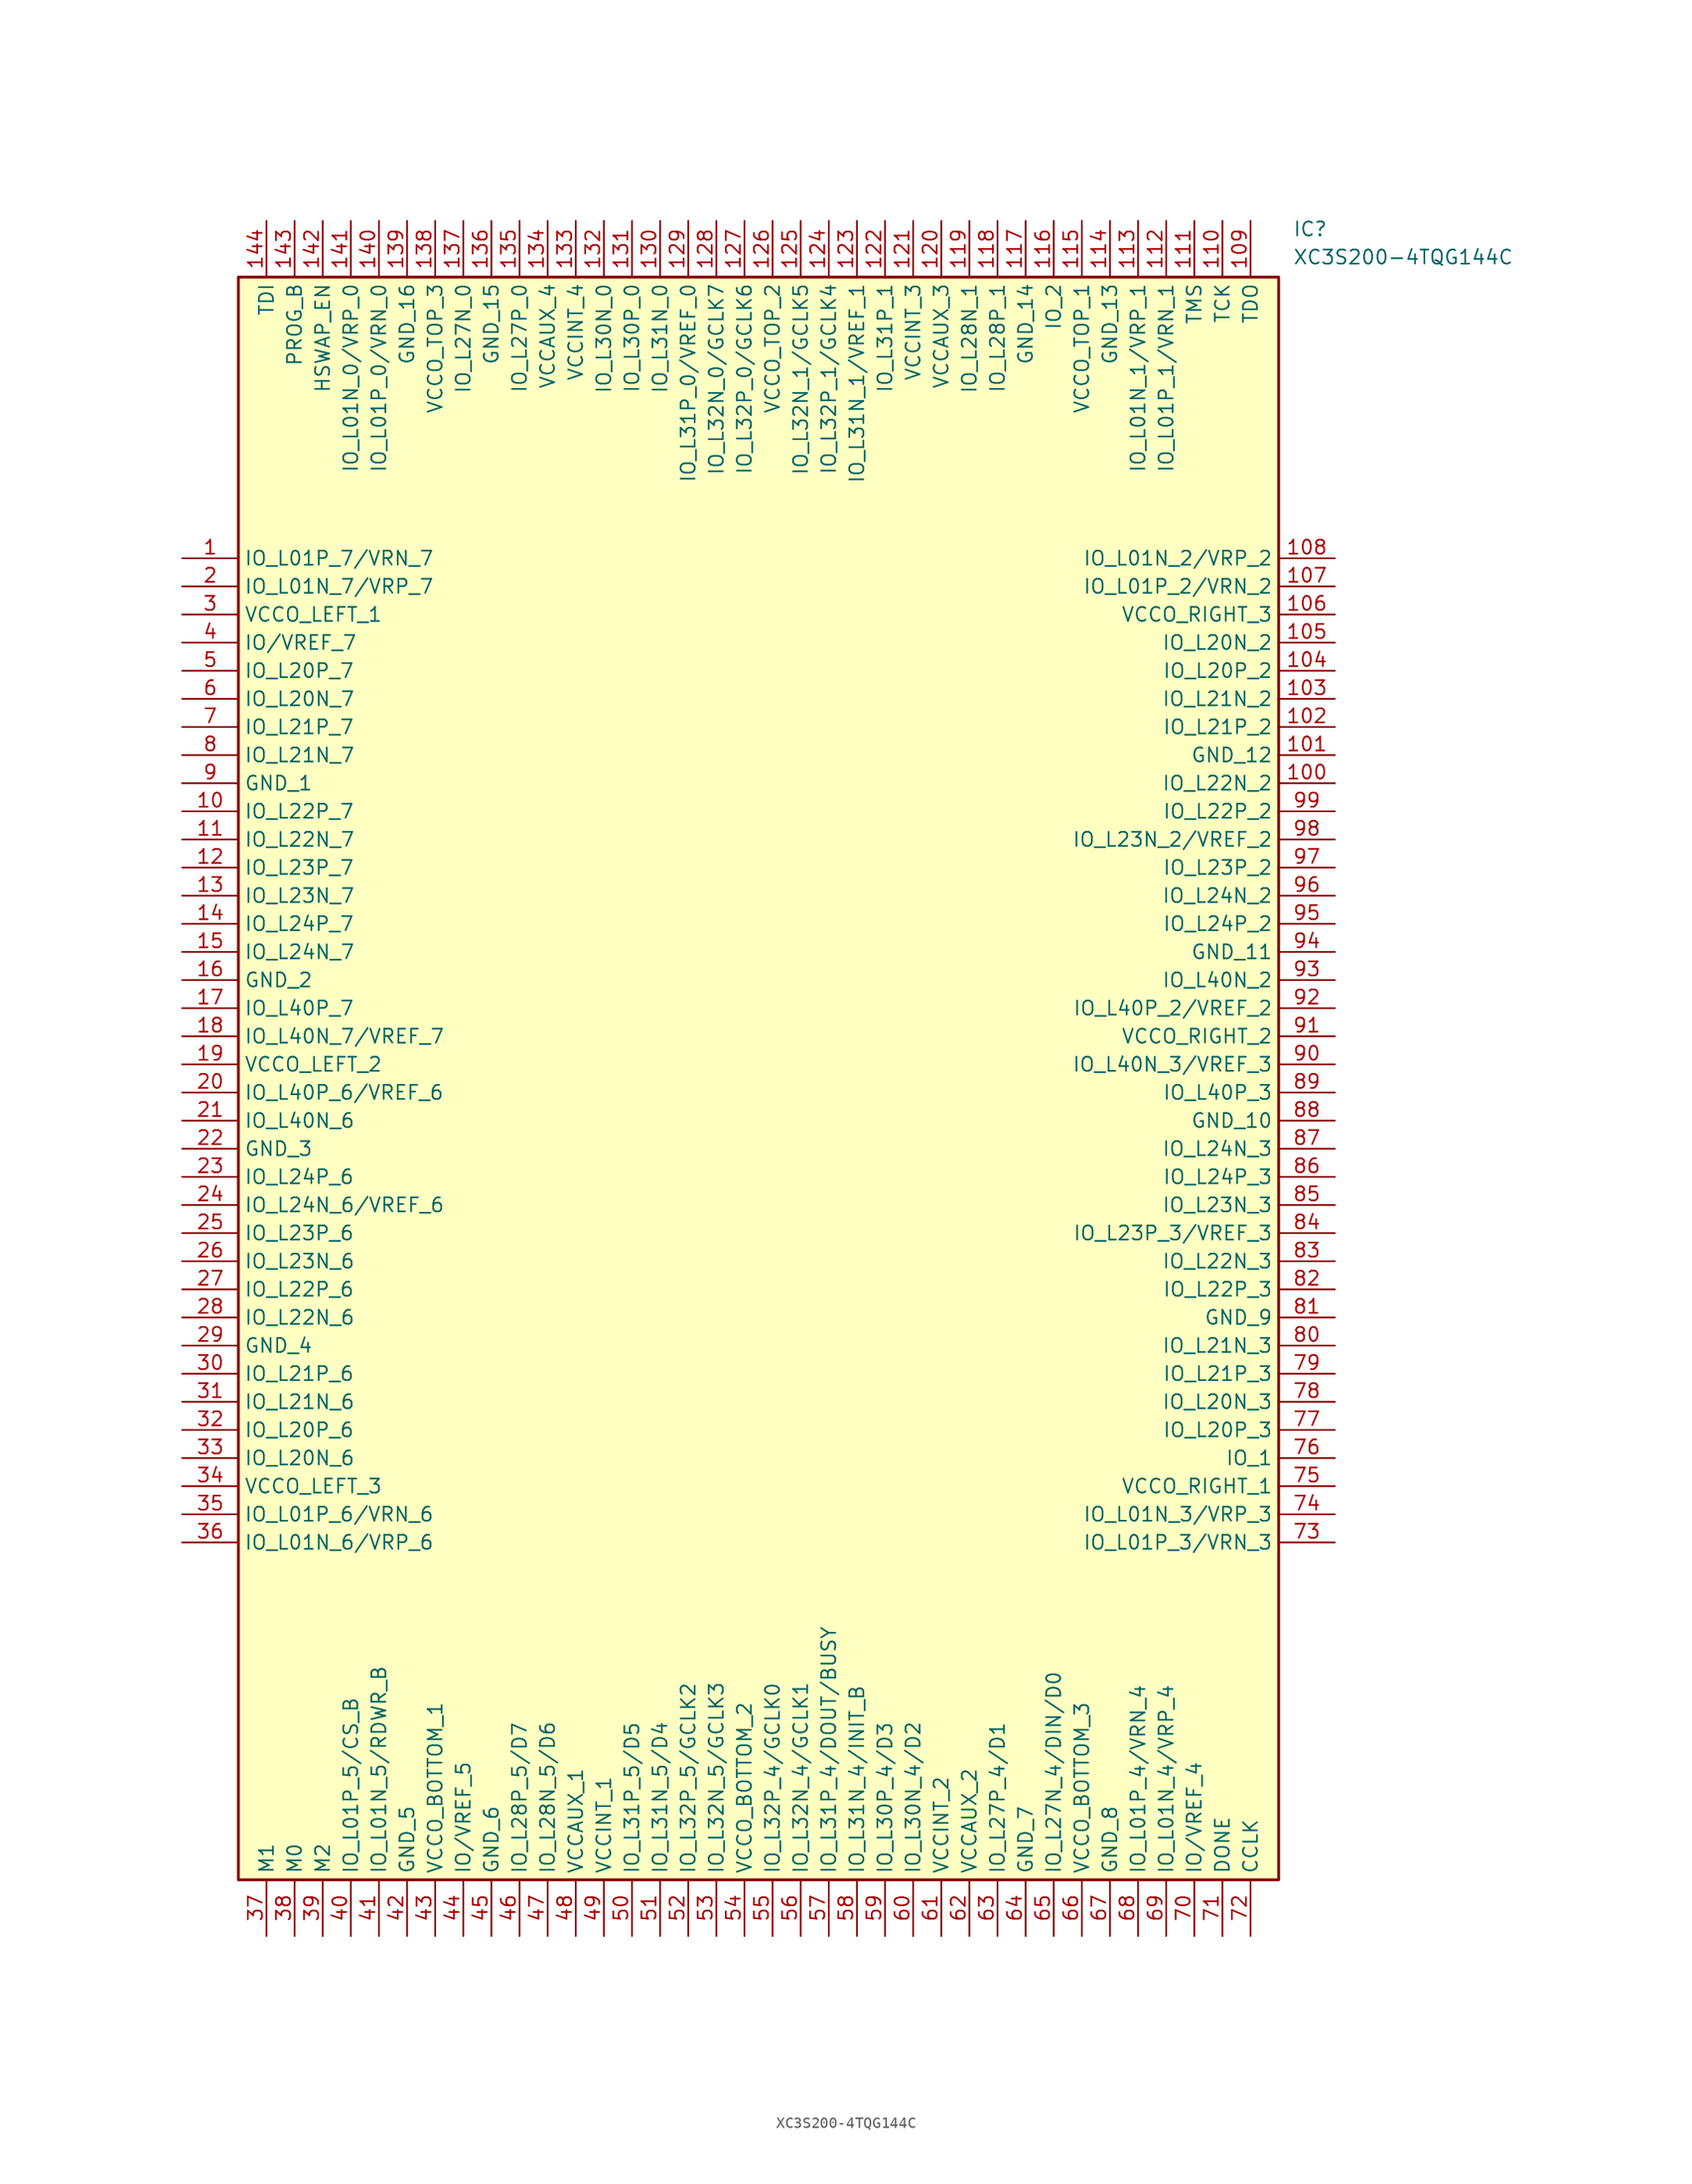
<source format=kicad_sym>
(kicad_symbol_lib
  (version 20220914)
  (generator kicad_symbol_editor)
  (symbol "XC3S200-4TQG144C"
    (property "Reference" "IC"
      (at 100.33 30.48 0)
      (effects (font (size 1.27 1.27)) (justify left top)))
    (property "Value" "XC3S200-4TQG144C"
      (at 100.33 27.94 0)
      (effects (font (size 1.27 1.27)) (justify left top)))
    (symbol "XC3S200-4TQG144C_1_1"
      (rectangle (start 5.08 25.4) (end 99.06 -119.38) (stroke (width 0.254) (type default)) (fill (type background)))
      (pin passive line (at 0 0 0) (length 5.08) (name "IO_L01P_7/VRN_7" (effects (font (size 1.27 1.27)))) (number "1" (effects (font (size 1.27 1.27)))))
      (pin passive line (at 0 -22.86 0) (length 5.08) (name "IO_L22P_7" (effects (font (size 1.27 1.27)))) (number "10" (effects (font (size 1.27 1.27)))))
      (pin passive line (at 104.14 -20.32 180) (length 5.08) (name "IO_L22N_2" (effects (font (size 1.27 1.27)))) (number "100" (effects (font (size 1.27 1.27)))))
      (pin passive line (at 104.14 -17.78 180) (length 5.08) (name "GND_12" (effects (font (size 1.27 1.27)))) (number "101" (effects (font (size 1.27 1.27)))))
      (pin passive line (at 104.14 -15.24 180) (length 5.08) (name "IO_L21P_2" (effects (font (size 1.27 1.27)))) (number "102" (effects (font (size 1.27 1.27)))))
      (pin passive line (at 104.14 -12.7 180) (length 5.08) (name "IO_L21N_2" (effects (font (size 1.27 1.27)))) (number "103" (effects (font (size 1.27 1.27)))))
      (pin passive line (at 104.14 -10.16 180) (length 5.08) (name "IO_L20P_2" (effects (font (size 1.27 1.27)))) (number "104" (effects (font (size 1.27 1.27)))))
      (pin passive line (at 104.14 -7.62 180) (length 5.08) (name "IO_L20N_2" (effects (font (size 1.27 1.27)))) (number "105" (effects (font (size 1.27 1.27)))))
      (pin passive line (at 104.14 -5.08 180) (length 5.08) (name "VCCO_RIGHT_3" (effects (font (size 1.27 1.27)))) (number "106" (effects (font (size 1.27 1.27)))))
      (pin passive line (at 104.14 -2.54 180) (length 5.08) (name "IO_L01P_2/VRN_2" (effects (font (size 1.27 1.27)))) (number "107" (effects (font (size 1.27 1.27)))))
      (pin passive line (at 104.14 0 180) (length 5.08) (name "IO_L01N_2/VRP_2" (effects (font (size 1.27 1.27)))) (number "108" (effects (font (size 1.27 1.27)))))
      (pin passive line (at 96.52 30.48 270) (length 5.08) (name "TDO" (effects (font (size 1.27 1.27)))) (number "109" (effects (font (size 1.27 1.27)))))
      (pin passive line (at 0 -25.4 0) (length 5.08) (name "IO_L22N_7" (effects (font (size 1.27 1.27)))) (number "11" (effects (font (size 1.27 1.27)))))
      (pin passive line (at 93.98 30.48 270) (length 5.08) (name "TCK" (effects (font (size 1.27 1.27)))) (number "110" (effects (font (size 1.27 1.27)))))
      (pin passive line (at 91.44 30.48 270) (length 5.08) (name "TMS" (effects (font (size 1.27 1.27)))) (number "111" (effects (font (size 1.27 1.27)))))
      (pin passive line (at 88.9 30.48 270) (length 5.08) (name "IO_L01P_1/VRN_1" (effects (font (size 1.27 1.27)))) (number "112" (effects (font (size 1.27 1.27)))))
      (pin passive line (at 86.36 30.48 270) (length 5.08) (name "IO_L01N_1/VRP_1" (effects (font (size 1.27 1.27)))) (number "113" (effects (font (size 1.27 1.27)))))
      (pin passive line (at 83.82 30.48 270) (length 5.08) (name "GND_13" (effects (font (size 1.27 1.27)))) (number "114" (effects (font (size 1.27 1.27)))))
      (pin passive line (at 81.28 30.48 270) (length 5.08) (name "VCCO_TOP_1" (effects (font (size 1.27 1.27)))) (number "115" (effects (font (size 1.27 1.27)))))
      (pin passive line (at 78.74 30.48 270) (length 5.08) (name "IO_2" (effects (font (size 1.27 1.27)))) (number "116" (effects (font (size 1.27 1.27)))))
      (pin passive line (at 76.2 30.48 270) (length 5.08) (name "GND_14" (effects (font (size 1.27 1.27)))) (number "117" (effects (font (size 1.27 1.27)))))
      (pin passive line (at 73.66 30.48 270) (length 5.08) (name "IO_L28P_1" (effects (font (size 1.27 1.27)))) (number "118" (effects (font (size 1.27 1.27)))))
      (pin passive line (at 71.12 30.48 270) (length 5.08) (name "IO_L28N_1" (effects (font (size 1.27 1.27)))) (number "119" (effects (font (size 1.27 1.27)))))
      (pin passive line (at 0 -27.94 0) (length 5.08) (name "IO_L23P_7" (effects (font (size 1.27 1.27)))) (number "12" (effects (font (size 1.27 1.27)))))
      (pin passive line (at 68.58 30.48 270) (length 5.08) (name "VCCAUX_3" (effects (font (size 1.27 1.27)))) (number "120" (effects (font (size 1.27 1.27)))))
      (pin passive line (at 66.04 30.48 270) (length 5.08) (name "VCCINT_3" (effects (font (size 1.27 1.27)))) (number "121" (effects (font (size 1.27 1.27)))))
      (pin passive line (at 63.5 30.48 270) (length 5.08) (name "IO_L31P_1" (effects (font (size 1.27 1.27)))) (number "122" (effects (font (size 1.27 1.27)))))
      (pin passive line (at 60.96 30.48 270) (length 5.08) (name "IO_L31N_1/VREF_1" (effects (font (size 1.27 1.27)))) (number "123" (effects (font (size 1.27 1.27)))))
      (pin passive line (at 58.42 30.48 270) (length 5.08) (name "IO_L32P_1/GCLK4" (effects (font (size 1.27 1.27)))) (number "124" (effects (font (size 1.27 1.27)))))
      (pin passive line (at 55.88 30.48 270) (length 5.08) (name "IO_L32N_1/GCLK5" (effects (font (size 1.27 1.27)))) (number "125" (effects (font (size 1.27 1.27)))))
      (pin passive line (at 53.34 30.48 270) (length 5.08) (name "VCCO_TOP_2" (effects (font (size 1.27 1.27)))) (number "126" (effects (font (size 1.27 1.27)))))
      (pin passive line (at 50.8 30.48 270) (length 5.08) (name "IO_L32P_0/GCLK6" (effects (font (size 1.27 1.27)))) (number "127" (effects (font (size 1.27 1.27)))))
      (pin passive line (at 48.26 30.48 270) (length 5.08) (name "IO_L32N_0/GCLK7" (effects (font (size 1.27 1.27)))) (number "128" (effects (font (size 1.27 1.27)))))
      (pin passive line (at 45.72 30.48 270) (length 5.08) (name "IO_L31P_0/VREF_0" (effects (font (size 1.27 1.27)))) (number "129" (effects (font (size 1.27 1.27)))))
      (pin passive line (at 0 -30.48 0) (length 5.08) (name "IO_L23N_7" (effects (font (size 1.27 1.27)))) (number "13" (effects (font (size 1.27 1.27)))))
      (pin passive line (at 43.18 30.48 270) (length 5.08) (name "IO_L31N_0" (effects (font (size 1.27 1.27)))) (number "130" (effects (font (size 1.27 1.27)))))
      (pin passive line (at 40.64 30.48 270) (length 5.08) (name "IO_L30P_0" (effects (font (size 1.27 1.27)))) (number "131" (effects (font (size 1.27 1.27)))))
      (pin passive line (at 38.1 30.48 270) (length 5.08) (name "IO_L30N_0" (effects (font (size 1.27 1.27)))) (number "132" (effects (font (size 1.27 1.27)))))
      (pin passive line (at 35.56 30.48 270) (length 5.08) (name "VCCINT_4" (effects (font (size 1.27 1.27)))) (number "133" (effects (font (size 1.27 1.27)))))
      (pin passive line (at 33.02 30.48 270) (length 5.08) (name "VCCAUX_4" (effects (font (size 1.27 1.27)))) (number "134" (effects (font (size 1.27 1.27)))))
      (pin passive line (at 30.48 30.48 270) (length 5.08) (name "IO_L27P_0" (effects (font (size 1.27 1.27)))) (number "135" (effects (font (size 1.27 1.27)))))
      (pin passive line (at 27.94 30.48 270) (length 5.08) (name "GND_15" (effects (font (size 1.27 1.27)))) (number "136" (effects (font (size 1.27 1.27)))))
      (pin passive line (at 25.4 30.48 270) (length 5.08) (name "IO_L27N_0" (effects (font (size 1.27 1.27)))) (number "137" (effects (font (size 1.27 1.27)))))
      (pin passive line (at 22.86 30.48 270) (length 5.08) (name "VCCO_TOP_3" (effects (font (size 1.27 1.27)))) (number "138" (effects (font (size 1.27 1.27)))))
      (pin passive line (at 20.32 30.48 270) (length 5.08) (name "GND_16" (effects (font (size 1.27 1.27)))) (number "139" (effects (font (size 1.27 1.27)))))
      (pin passive line (at 0 -33.02 0) (length 5.08) (name "IO_L24P_7" (effects (font (size 1.27 1.27)))) (number "14" (effects (font (size 1.27 1.27)))))
      (pin passive line (at 17.78 30.48 270) (length 5.08) (name "IO_L01P_0/VRN_0" (effects (font (size 1.27 1.27)))) (number "140" (effects (font (size 1.27 1.27)))))
      (pin passive line (at 15.24 30.48 270) (length 5.08) (name "IO_L01N_0/VRP_0" (effects (font (size 1.27 1.27)))) (number "141" (effects (font (size 1.27 1.27)))))
      (pin passive line (at 12.7 30.48 270) (length 5.08) (name "HSWAP_EN" (effects (font (size 1.27 1.27)))) (number "142" (effects (font (size 1.27 1.27)))))
      (pin passive line (at 10.16 30.48 270) (length 5.08) (name "PROG_B" (effects (font (size 1.27 1.27)))) (number "143" (effects (font (size 1.27 1.27)))))
      (pin passive line (at 7.62 30.48 270) (length 5.08) (name "TDI" (effects (font (size 1.27 1.27)))) (number "144" (effects (font (size 1.27 1.27)))))
      (pin passive line (at 0 -35.56 0) (length 5.08) (name "IO_L24N_7" (effects (font (size 1.27 1.27)))) (number "15" (effects (font (size 1.27 1.27)))))
      (pin passive line (at 0 -38.1 0) (length 5.08) (name "GND_2" (effects (font (size 1.27 1.27)))) (number "16" (effects (font (size 1.27 1.27)))))
      (pin passive line (at 0 -40.64 0) (length 5.08) (name "IO_L40P_7" (effects (font (size 1.27 1.27)))) (number "17" (effects (font (size 1.27 1.27)))))
      (pin passive line (at 0 -43.18 0) (length 5.08) (name "IO_L40N_7/VREF_7" (effects (font (size 1.27 1.27)))) (number "18" (effects (font (size 1.27 1.27)))))
      (pin passive line (at 0 -45.72 0) (length 5.08) (name "VCCO_LEFT_2" (effects (font (size 1.27 1.27)))) (number "19" (effects (font (size 1.27 1.27)))))
      (pin passive line (at 0 -2.54 0) (length 5.08) (name "IO_L01N_7/VRP_7" (effects (font (size 1.27 1.27)))) (number "2" (effects (font (size 1.27 1.27)))))
      (pin passive line (at 0 -48.26 0) (length 5.08) (name "IO_L40P_6/VREF_6" (effects (font (size 1.27 1.27)))) (number "20" (effects (font (size 1.27 1.27)))))
      (pin passive line (at 0 -50.8 0) (length 5.08) (name "IO_L40N_6" (effects (font (size 1.27 1.27)))) (number "21" (effects (font (size 1.27 1.27)))))
      (pin passive line (at 0 -53.34 0) (length 5.08) (name "GND_3" (effects (font (size 1.27 1.27)))) (number "22" (effects (font (size 1.27 1.27)))))
      (pin passive line (at 0 -55.88 0) (length 5.08) (name "IO_L24P_6" (effects (font (size 1.27 1.27)))) (number "23" (effects (font (size 1.27 1.27)))))
      (pin passive line (at 0 -58.42 0) (length 5.08) (name "IO_L24N_6/VREF_6" (effects (font (size 1.27 1.27)))) (number "24" (effects (font (size 1.27 1.27)))))
      (pin passive line (at 0 -60.96 0) (length 5.08) (name "IO_L23P_6" (effects (font (size 1.27 1.27)))) (number "25" (effects (font (size 1.27 1.27)))))
      (pin passive line (at 0 -63.5 0) (length 5.08) (name "IO_L23N_6" (effects (font (size 1.27 1.27)))) (number "26" (effects (font (size 1.27 1.27)))))
      (pin passive line (at 0 -66.04 0) (length 5.08) (name "IO_L22P_6" (effects (font (size 1.27 1.27)))) (number "27" (effects (font (size 1.27 1.27)))))
      (pin passive line (at 0 -68.58 0) (length 5.08) (name "IO_L22N_6" (effects (font (size 1.27 1.27)))) (number "28" (effects (font (size 1.27 1.27)))))
      (pin passive line (at 0 -71.12 0) (length 5.08) (name "GND_4" (effects (font (size 1.27 1.27)))) (number "29" (effects (font (size 1.27 1.27)))))
      (pin passive line (at 0 -5.08 0) (length 5.08) (name "VCCO_LEFT_1" (effects (font (size 1.27 1.27)))) (number "3" (effects (font (size 1.27 1.27)))))
      (pin passive line (at 0 -73.66 0) (length 5.08) (name "IO_L21P_6" (effects (font (size 1.27 1.27)))) (number "30" (effects (font (size 1.27 1.27)))))
      (pin passive line (at 0 -76.2 0) (length 5.08) (name "IO_L21N_6" (effects (font (size 1.27 1.27)))) (number "31" (effects (font (size 1.27 1.27)))))
      (pin passive line (at 0 -78.74 0) (length 5.08) (name "IO_L20P_6" (effects (font (size 1.27 1.27)))) (number "32" (effects (font (size 1.27 1.27)))))
      (pin passive line (at 0 -81.28 0) (length 5.08) (name "IO_L20N_6" (effects (font (size 1.27 1.27)))) (number "33" (effects (font (size 1.27 1.27)))))
      (pin passive line (at 0 -83.82 0) (length 5.08) (name "VCCO_LEFT_3" (effects (font (size 1.27 1.27)))) (number "34" (effects (font (size 1.27 1.27)))))
      (pin passive line (at 0 -86.36 0) (length 5.08) (name "IO_L01P_6/VRN_6" (effects (font (size 1.27 1.27)))) (number "35" (effects (font (size 1.27 1.27)))))
      (pin passive line (at 0 -88.9 0) (length 5.08) (name "IO_L01N_6/VRP_6" (effects (font (size 1.27 1.27)))) (number "36" (effects (font (size 1.27 1.27)))))
      (pin passive line (at 7.62 -124.46 90) (length 5.08) (name "M1" (effects (font (size 1.27 1.27)))) (number "37" (effects (font (size 1.27 1.27)))))
      (pin passive line (at 10.16 -124.46 90) (length 5.08) (name "M0" (effects (font (size 1.27 1.27)))) (number "38" (effects (font (size 1.27 1.27)))))
      (pin passive line (at 12.7 -124.46 90) (length 5.08) (name "M2" (effects (font (size 1.27 1.27)))) (number "39" (effects (font (size 1.27 1.27)))))
      (pin passive line (at 0 -7.62 0) (length 5.08) (name "IO/VREF_7" (effects (font (size 1.27 1.27)))) (number "4" (effects (font (size 1.27 1.27)))))
      (pin passive line (at 15.24 -124.46 90) (length 5.08) (name "IO_L01P_5/CS_B" (effects (font (size 1.27 1.27)))) (number "40" (effects (font (size 1.27 1.27)))))
      (pin passive line (at 17.78 -124.46 90) (length 5.08) (name "IO_L01N_5/RDWR_B" (effects (font (size 1.27 1.27)))) (number "41" (effects (font (size 1.27 1.27)))))
      (pin passive line (at 20.32 -124.46 90) (length 5.08) (name "GND_5" (effects (font (size 1.27 1.27)))) (number "42" (effects (font (size 1.27 1.27)))))
      (pin passive line (at 22.86 -124.46 90) (length 5.08) (name "VCCO_BOTTOM_1" (effects (font (size 1.27 1.27)))) (number "43" (effects (font (size 1.27 1.27)))))
      (pin passive line (at 25.4 -124.46 90) (length 5.08) (name "IO/VREF_5" (effects (font (size 1.27 1.27)))) (number "44" (effects (font (size 1.27 1.27)))))
      (pin passive line (at 27.94 -124.46 90) (length 5.08) (name "GND_6" (effects (font (size 1.27 1.27)))) (number "45" (effects (font (size 1.27 1.27)))))
      (pin passive line (at 30.48 -124.46 90) (length 5.08) (name "IO_L28P_5/D7" (effects (font (size 1.27 1.27)))) (number "46" (effects (font (size 1.27 1.27)))))
      (pin passive line (at 33.02 -124.46 90) (length 5.08) (name "IO_L28N_5/D6" (effects (font (size 1.27 1.27)))) (number "47" (effects (font (size 1.27 1.27)))))
      (pin passive line (at 35.56 -124.46 90) (length 5.08) (name "VCCAUX_1" (effects (font (size 1.27 1.27)))) (number "48" (effects (font (size 1.27 1.27)))))
      (pin passive line (at 38.1 -124.46 90) (length 5.08) (name "VCCINT_1" (effects (font (size 1.27 1.27)))) (number "49" (effects (font (size 1.27 1.27)))))
      (pin passive line (at 0 -10.16 0) (length 5.08) (name "IO_L20P_7" (effects (font (size 1.27 1.27)))) (number "5" (effects (font (size 1.27 1.27)))))
      (pin passive line (at 40.64 -124.46 90) (length 5.08) (name "IO_L31P_5/D5" (effects (font (size 1.27 1.27)))) (number "50" (effects (font (size 1.27 1.27)))))
      (pin passive line (at 43.18 -124.46 90) (length 5.08) (name "IO_L31N_5/D4" (effects (font (size 1.27 1.27)))) (number "51" (effects (font (size 1.27 1.27)))))
      (pin passive line (at 45.72 -124.46 90) (length 5.08) (name "IO_L32P_5/GCLK2" (effects (font (size 1.27 1.27)))) (number "52" (effects (font (size 1.27 1.27)))))
      (pin passive line (at 48.26 -124.46 90) (length 5.08) (name "IO_L32N_5/GCLK3" (effects (font (size 1.27 1.27)))) (number "53" (effects (font (size 1.27 1.27)))))
      (pin passive line (at 50.8 -124.46 90) (length 5.08) (name "VCCO_BOTTOM_2" (effects (font (size 1.27 1.27)))) (number "54" (effects (font (size 1.27 1.27)))))
      (pin passive line (at 53.34 -124.46 90) (length 5.08) (name "IO_L32P_4/GCLK0" (effects (font (size 1.27 1.27)))) (number "55" (effects (font (size 1.27 1.27)))))
      (pin passive line (at 55.88 -124.46 90) (length 5.08) (name "IO_L32N_4/GCLK1" (effects (font (size 1.27 1.27)))) (number "56" (effects (font (size 1.27 1.27)))))
      (pin passive line (at 58.42 -124.46 90) (length 5.08) (name "IO_L31P_4/DOUT/BUSY" (effects (font (size 1.27 1.27)))) (number "57" (effects (font (size 1.27 1.27)))))
      (pin passive line (at 60.96 -124.46 90) (length 5.08) (name "IO_L31N_4/INIT_B" (effects (font (size 1.27 1.27)))) (number "58" (effects (font (size 1.27 1.27)))))
      (pin passive line (at 63.5 -124.46 90) (length 5.08) (name "IO_L30P_4/D3" (effects (font (size 1.27 1.27)))) (number "59" (effects (font (size 1.27 1.27)))))
      (pin passive line (at 0 -12.7 0) (length 5.08) (name "IO_L20N_7" (effects (font (size 1.27 1.27)))) (number "6" (effects (font (size 1.27 1.27)))))
      (pin passive line (at 66.04 -124.46 90) (length 5.08) (name "IO_L30N_4/D2" (effects (font (size 1.27 1.27)))) (number "60" (effects (font (size 1.27 1.27)))))
      (pin passive line (at 68.58 -124.46 90) (length 5.08) (name "VCCINT_2" (effects (font (size 1.27 1.27)))) (number "61" (effects (font (size 1.27 1.27)))))
      (pin passive line (at 71.12 -124.46 90) (length 5.08) (name "VCCAUX_2" (effects (font (size 1.27 1.27)))) (number "62" (effects (font (size 1.27 1.27)))))
      (pin passive line (at 73.66 -124.46 90) (length 5.08) (name "IO_L27P_4/D1" (effects (font (size 1.27 1.27)))) (number "63" (effects (font (size 1.27 1.27)))))
      (pin passive line (at 76.2 -124.46 90) (length 5.08) (name "GND_7" (effects (font (size 1.27 1.27)))) (number "64" (effects (font (size 1.27 1.27)))))
      (pin passive line (at 78.74 -124.46 90) (length 5.08) (name "IO_L27N_4/DIN/D0" (effects (font (size 1.27 1.27)))) (number "65" (effects (font (size 1.27 1.27)))))
      (pin passive line (at 81.28 -124.46 90) (length 5.08) (name "VCCO_BOTTOM_3" (effects (font (size 1.27 1.27)))) (number "66" (effects (font (size 1.27 1.27)))))
      (pin passive line (at 83.82 -124.46 90) (length 5.08) (name "GND_8" (effects (font (size 1.27 1.27)))) (number "67" (effects (font (size 1.27 1.27)))))
      (pin passive line (at 86.36 -124.46 90) (length 5.08) (name "IO_L01P_4/VRN_4" (effects (font (size 1.27 1.27)))) (number "68" (effects (font (size 1.27 1.27)))))
      (pin passive line (at 88.9 -124.46 90) (length 5.08) (name "IO_L01N_4/VRP_4" (effects (font (size 1.27 1.27)))) (number "69" (effects (font (size 1.27 1.27)))))
      (pin passive line (at 0 -15.24 0) (length 5.08) (name "IO_L21P_7" (effects (font (size 1.27 1.27)))) (number "7" (effects (font (size 1.27 1.27)))))
      (pin passive line (at 91.44 -124.46 90) (length 5.08) (name "IO/VREF_4" (effects (font (size 1.27 1.27)))) (number "70" (effects (font (size 1.27 1.27)))))
      (pin passive line (at 93.98 -124.46 90) (length 5.08) (name "DONE" (effects (font (size 1.27 1.27)))) (number "71" (effects (font (size 1.27 1.27)))))
      (pin passive line (at 96.52 -124.46 90) (length 5.08) (name "CCLK" (effects (font (size 1.27 1.27)))) (number "72" (effects (font (size 1.27 1.27)))))
      (pin passive line (at 104.14 -88.9 180) (length 5.08) (name "IO_L01P_3/VRN_3" (effects (font (size 1.27 1.27)))) (number "73" (effects (font (size 1.27 1.27)))))
      (pin passive line (at 104.14 -86.36 180) (length 5.08) (name "IO_L01N_3/VRP_3" (effects (font (size 1.27 1.27)))) (number "74" (effects (font (size 1.27 1.27)))))
      (pin passive line (at 104.14 -83.82 180) (length 5.08) (name "VCCO_RIGHT_1" (effects (font (size 1.27 1.27)))) (number "75" (effects (font (size 1.27 1.27)))))
      (pin passive line (at 104.14 -81.28 180) (length 5.08) (name "IO_1" (effects (font (size 1.27 1.27)))) (number "76" (effects (font (size 1.27 1.27)))))
      (pin passive line (at 104.14 -78.74 180) (length 5.08) (name "IO_L20P_3" (effects (font (size 1.27 1.27)))) (number "77" (effects (font (size 1.27 1.27)))))
      (pin passive line (at 104.14 -76.2 180) (length 5.08) (name "IO_L20N_3" (effects (font (size 1.27 1.27)))) (number "78" (effects (font (size 1.27 1.27)))))
      (pin passive line (at 104.14 -73.66 180) (length 5.08) (name "IO_L21P_3" (effects (font (size 1.27 1.27)))) (number "79" (effects (font (size 1.27 1.27)))))
      (pin passive line (at 0 -17.78 0) (length 5.08) (name "IO_L21N_7" (effects (font (size 1.27 1.27)))) (number "8" (effects (font (size 1.27 1.27)))))
      (pin passive line (at 104.14 -71.12 180) (length 5.08) (name "IO_L21N_3" (effects (font (size 1.27 1.27)))) (number "80" (effects (font (size 1.27 1.27)))))
      (pin passive line (at 104.14 -68.58 180) (length 5.08) (name "GND_9" (effects (font (size 1.27 1.27)))) (number "81" (effects (font (size 1.27 1.27)))))
      (pin passive line (at 104.14 -66.04 180) (length 5.08) (name "IO_L22P_3" (effects (font (size 1.27 1.27)))) (number "82" (effects (font (size 1.27 1.27)))))
      (pin passive line (at 104.14 -63.5 180) (length 5.08) (name "IO_L22N_3" (effects (font (size 1.27 1.27)))) (number "83" (effects (font (size 1.27 1.27)))))
      (pin passive line (at 104.14 -60.96 180) (length 5.08) (name "IO_L23P_3/VREF_3" (effects (font (size 1.27 1.27)))) (number "84" (effects (font (size 1.27 1.27)))))
      (pin passive line (at 104.14 -58.42 180) (length 5.08) (name "IO_L23N_3" (effects (font (size 1.27 1.27)))) (number "85" (effects (font (size 1.27 1.27)))))
      (pin passive line (at 104.14 -55.88 180) (length 5.08) (name "IO_L24P_3" (effects (font (size 1.27 1.27)))) (number "86" (effects (font (size 1.27 1.27)))))
      (pin passive line (at 104.14 -53.34 180) (length 5.08) (name "IO_L24N_3" (effects (font (size 1.27 1.27)))) (number "87" (effects (font (size 1.27 1.27)))))
      (pin passive line (at 104.14 -50.8 180) (length 5.08) (name "GND_10" (effects (font (size 1.27 1.27)))) (number "88" (effects (font (size 1.27 1.27)))))
      (pin passive line (at 104.14 -48.26 180) (length 5.08) (name "IO_L40P_3" (effects (font (size 1.27 1.27)))) (number "89" (effects (font (size 1.27 1.27)))))
      (pin passive line (at 0 -20.32 0) (length 5.08) (name "GND_1" (effects (font (size 1.27 1.27)))) (number "9" (effects (font (size 1.27 1.27)))))
      (pin passive line (at 104.14 -45.72 180) (length 5.08) (name "IO_L40N_3/VREF_3" (effects (font (size 1.27 1.27)))) (number "90" (effects (font (size 1.27 1.27)))))
      (pin passive line (at 104.14 -43.18 180) (length 5.08) (name "VCCO_RIGHT_2" (effects (font (size 1.27 1.27)))) (number "91" (effects (font (size 1.27 1.27)))))
      (pin passive line (at 104.14 -40.64 180) (length 5.08) (name "IO_L40P_2/VREF_2" (effects (font (size 1.27 1.27)))) (number "92" (effects (font (size 1.27 1.27)))))
      (pin passive line (at 104.14 -38.1 180) (length 5.08) (name "IO_L40N_2" (effects (font (size 1.27 1.27)))) (number "93" (effects (font (size 1.27 1.27)))))
      (pin passive line (at 104.14 -35.56 180) (length 5.08) (name "GND_11" (effects (font (size 1.27 1.27)))) (number "94" (effects (font (size 1.27 1.27)))))
      (pin passive line (at 104.14 -33.02 180) (length 5.08) (name "IO_L24P_2" (effects (font (size 1.27 1.27)))) (number "95" (effects (font (size 1.27 1.27)))))
      (pin passive line (at 104.14 -30.48 180) (length 5.08) (name "IO_L24N_2" (effects (font (size 1.27 1.27)))) (number "96" (effects (font (size 1.27 1.27)))))
      (pin passive line (at 104.14 -27.94 180) (length 5.08) (name "IO_L23P_2" (effects (font (size 1.27 1.27)))) (number "97" (effects (font (size 1.27 1.27)))))
      (pin passive line (at 104.14 -25.4 180) (length 5.08) (name "IO_L23N_2/VREF_2" (effects (font (size 1.27 1.27)))) (number "98" (effects (font (size 1.27 1.27)))))
      (pin passive line (at 104.14 -22.86 180) (length 5.08) (name "IO_L22P_2" (effects (font (size 1.27 1.27)))) (number "99" (effects (font (size 1.27 1.27))))))))
</source>
